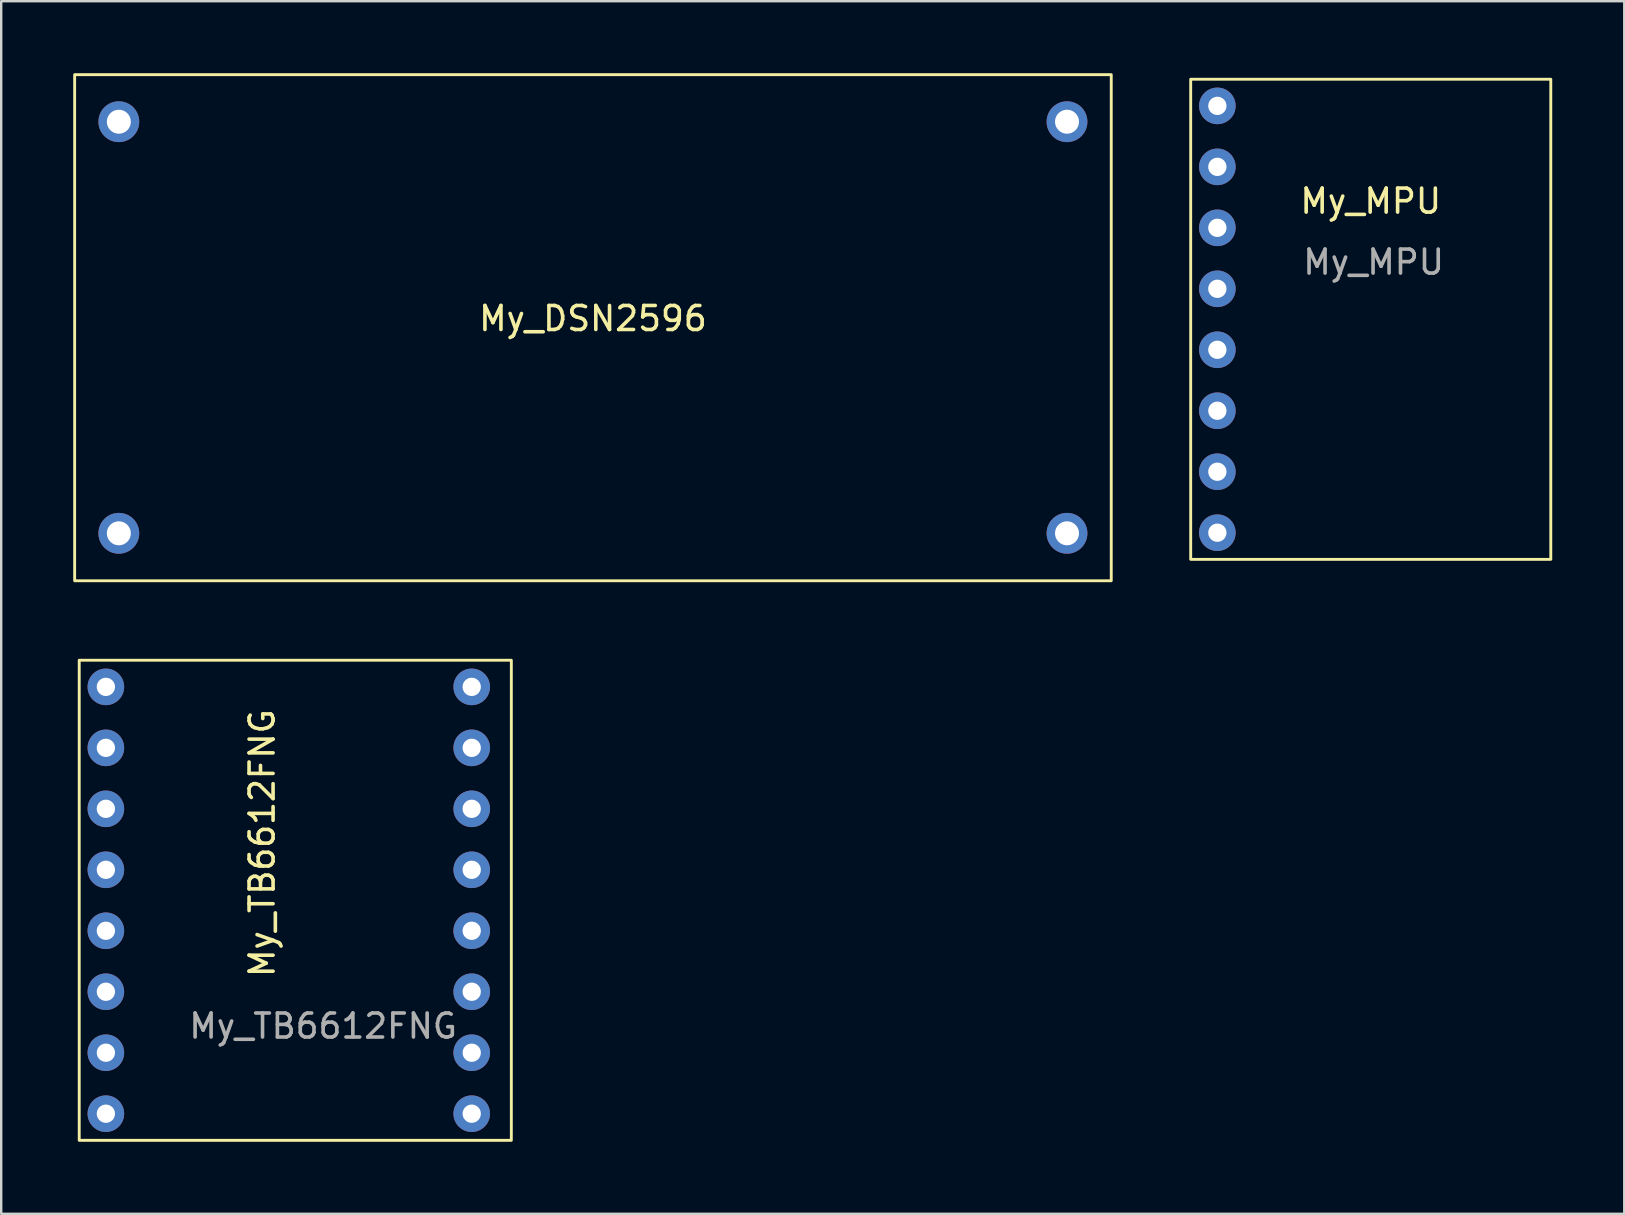
<source format=kicad_pcb>
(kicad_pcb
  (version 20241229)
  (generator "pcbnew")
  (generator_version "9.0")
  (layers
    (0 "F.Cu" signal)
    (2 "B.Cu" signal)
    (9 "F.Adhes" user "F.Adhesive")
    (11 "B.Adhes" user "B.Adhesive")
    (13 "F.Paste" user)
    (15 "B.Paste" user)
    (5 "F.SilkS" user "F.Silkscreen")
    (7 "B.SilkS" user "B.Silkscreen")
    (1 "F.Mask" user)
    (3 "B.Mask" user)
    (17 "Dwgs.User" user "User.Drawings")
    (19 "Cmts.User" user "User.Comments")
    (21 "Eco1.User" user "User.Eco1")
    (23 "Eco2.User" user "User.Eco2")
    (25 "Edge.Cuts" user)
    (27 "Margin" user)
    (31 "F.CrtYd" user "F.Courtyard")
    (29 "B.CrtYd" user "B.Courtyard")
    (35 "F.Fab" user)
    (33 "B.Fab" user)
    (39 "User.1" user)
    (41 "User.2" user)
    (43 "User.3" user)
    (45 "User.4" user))
  (footprint "My_DSN2596"
    (layer "F.Cu")
    (at 21.65 10.22)
    (property "Reference" "My_DSN2596" (at 0 0 0) (unlocked yes) (layer "F.SilkS") (effects (font (size 1 1) (thickness 0.15))))
    (attr smd)
    (fp_rect (start -21.59 -10.16) (end 21.59 10.922) (stroke (width 0.12) (type solid)) (fill no) (layer "F.SilkS"))
    (pad "1" thru_hole circle (at -19.75 -8.2) (size 1.7 1.7) (drill 1) (layers "*.Cu" "*.Mask"))
    (pad "2" thru_hole circle (at -19.75 8.945) (size 1.7 1.7) (drill 1) (layers "*.Cu" "*.Mask"))
    (pad "3" thru_hole circle (at 19.747 -8.2) (size 1.7 1.7) (drill 1) (layers "*.Cu" "*.Mask"))
    (pad "4" thru_hole circle (at 19.747 8.945) (size 1.7 1.7) (drill 1) (layers "*.Cu" "*.Mask")))
  (footprint "My_MPU"
    (layer "F.Cu")
    (at 46.55 0.25)
    (property "Reference" "My_MPU" (at 7.5 5.08 0) (unlocked yes) (layer "F.SilkS") (effects (font (size 1 1) (thickness 0.15))))
    (attr through_hole)
    (fp_rect (start 0 0) (end 15 20) (stroke (width 0.12) (type solid)) (fill no) (layer "F.SilkS"))
    (fp_text user "${REFERENCE}" (at 7.62 7.62 0) (unlocked yes) (layer "F.Fab") (effects (font (size 1 1) (thickness 0.15))))
    (pad "1" thru_hole circle (at 1.11 1.11) (size 1.524 1.524) (drill 0.762) (layers "*.Cu" "*.Mask"))
    (pad "2" thru_hole circle (at 1.11 3.65) (size 1.524 1.524) (drill 0.762) (layers "*.Cu" "*.Mask"))
    (pad "3" thru_hole circle (at 1.11 6.19) (size 1.524 1.524) (drill 0.762) (layers "*.Cu" "*.Mask"))
    (pad "4" thru_hole circle (at 1.11 8.73) (size 1.524 1.524) (drill 0.762) (layers "*.Cu" "*.Mask"))
    (pad "5" thru_hole circle (at 1.11 11.27) (size 1.524 1.524) (drill 0.762) (layers "*.Cu" "*.Mask"))
    (pad "6" thru_hole circle (at 1.11 13.81) (size 1.524 1.524) (drill 0.762) (layers "*.Cu" "*.Mask"))
    (pad "7" thru_hole circle (at 1.11 16.35) (size 1.524 1.524) (drill 0.762) (layers "*.Cu" "*.Mask"))
    (pad "8" thru_hole circle (at 1.11 18.89) (size 1.524 1.524) (drill 0.762) (layers "*.Cu" "*.Mask")))
  (footprint "My_TB6612FNG"
    (layer "F.Cu")
    (at 0.25 24.452)
    (property "Reference" "My_TB6612FNG" (at 7.62 7.62 90) (unlocked yes) (layer "F.SilkS") (effects (font (size 1 1) (thickness 0.15))))
    (attr through_hole)
    (fp_rect (start 0 0) (end 18 20) (stroke (width 0.12) (type solid)) (fill no) (layer "F.SilkS"))
    (fp_text user "${REFERENCE}" (at 10.16 15.24 0) (unlocked yes) (layer "F.Fab") (effects (font (size 1 1) (thickness 0.15))))
    (pad "1" thru_hole circle (at 1.11 1.11) (size 1.524 1.524) (drill 0.762) (layers "*.Cu" "*.Mask"))
    (pad "2" thru_hole circle (at 1.11 3.65) (size 1.524 1.524) (drill 0.762) (layers "*.Cu" "*.Mask"))
    (pad "3" thru_hole circle (at 1.11 6.19) (size 1.524 1.524) (drill 0.762) (layers "*.Cu" "*.Mask"))
    (pad "4" thru_hole circle (at 1.11 8.73) (size 1.524 1.524) (drill 0.762) (layers "*.Cu" "*.Mask"))
    (pad "5" thru_hole circle (at 1.11 11.27) (size 1.524 1.524) (drill 0.762) (layers "*.Cu" "*.Mask"))
    (pad "6" thru_hole circle (at 1.11 13.81) (size 1.524 1.524) (drill 0.762) (layers "*.Cu" "*.Mask"))
    (pad "7" thru_hole circle (at 1.11 16.35) (size 1.524 1.524) (drill 0.762) (layers "*.Cu" "*.Mask"))
    (pad "8" thru_hole circle (at 1.11 18.89) (size 1.524 1.524) (drill 0.762) (layers "*.Cu" "*.Mask"))
    (pad "9" thru_hole circle (at 16.35 1.11) (size 1.524 1.524) (drill 0.762) (layers "*.Cu" "*.Mask"))
    (pad "10" thru_hole circle (at 16.35 3.65) (size 1.524 1.524) (drill 0.762) (layers "*.Cu" "*.Mask"))
    (pad "11" thru_hole circle (at 16.35 6.19) (size 1.524 1.524) (drill 0.762) (layers "*.Cu" "*.Mask"))
    (pad "12" thru_hole circle (at 16.35 8.73) (size 1.524 1.524) (drill 0.762) (layers "*.Cu" "*.Mask"))
    (pad "13" thru_hole circle (at 16.35 11.27) (size 1.524 1.524) (drill 0.762) (layers "*.Cu" "*.Mask"))
    (pad "14" thru_hole circle (at 16.35 13.81) (size 1.524 1.524) (drill 0.762) (layers "*.Cu" "*.Mask"))
    (pad "15" thru_hole circle (at 16.35 16.35) (size 1.524 1.524) (drill 0.762) (layers "*.Cu" "*.Mask"))
    (pad "16" thru_hole circle (at 16.35 18.89) (size 1.524 1.524) (drill 0.762) (layers "*.Cu" "*.Mask")))
  (gr_rect
    (start -3 -3)
    (end 64.61 47.512)
    (stroke (width 0.1) (type default))
    (fill no)
    (layer "Edge.Cuts")))
</source>
